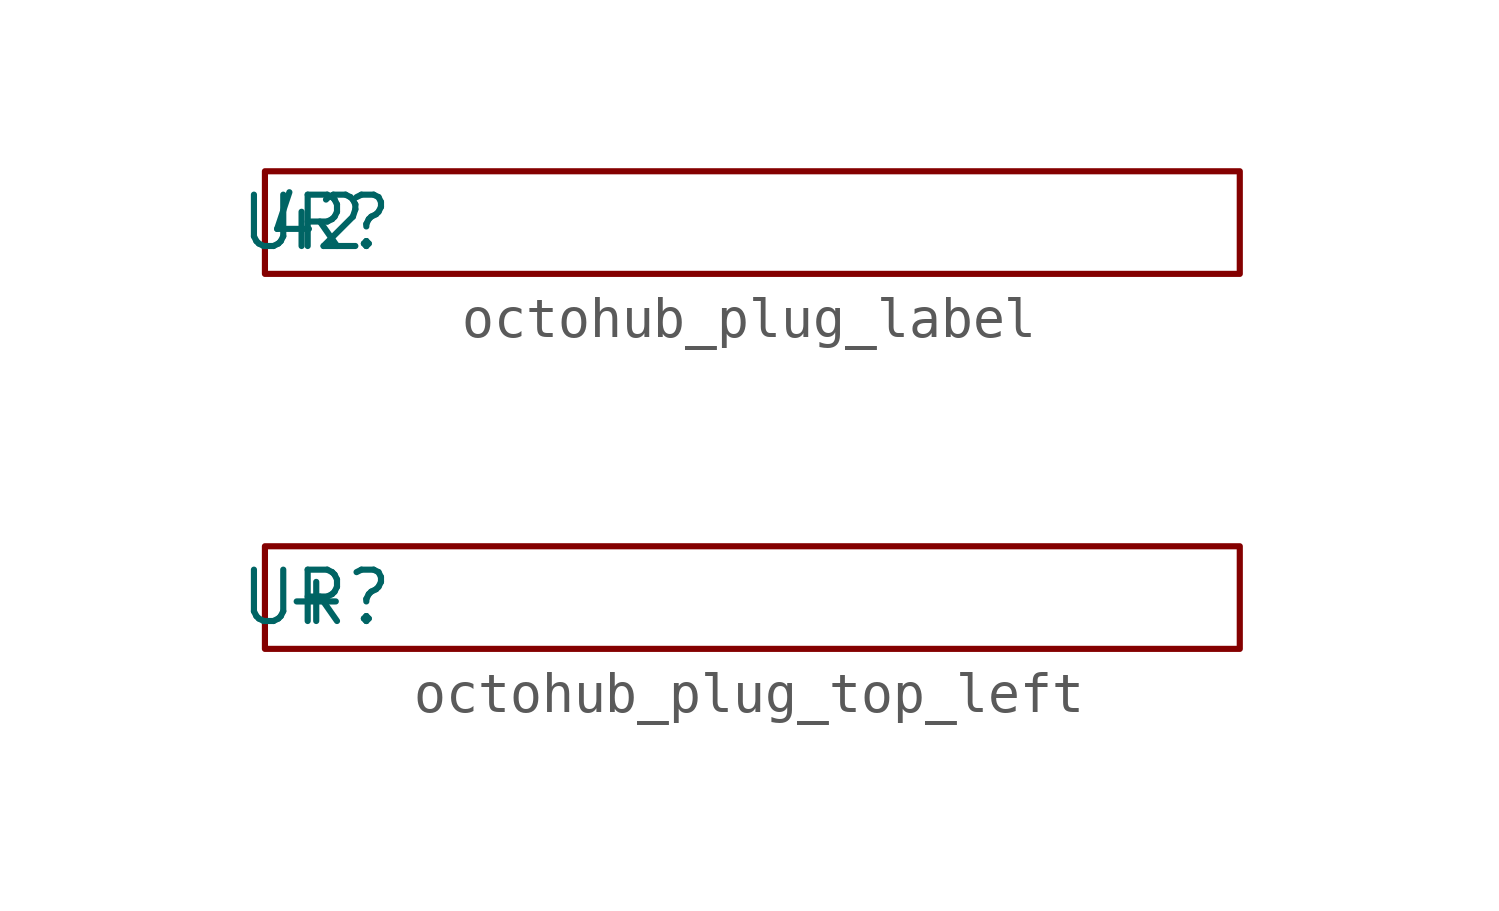
<source format=kicad_sym>
(kicad_symbol_lib
  (version 20231120)
  (generator "kicad_symbol_editor")
  (generator_version "8.0")
  (symbol "octohub_plug_label"
    (property "Reference" "UR"
      (at 0 0 0)
      (effects (font (size 1.27 1.27))))
    (property "Value" "42"
      (at 0 0 0)
      (effects (font (size 1.27 1.27))))
    (symbol "octohub_plug_label_0_1"
      (rectangle (start -1.27 1.27) (end 22.86 -1.27) (stroke (width 0) (type default)) (fill (type none)))))
  (symbol "octohub_plug_top_left"
    (property "Reference" "UR"
      (at 0 0 0)
      (effects (font (size 1.27 1.27))))
    (property "Value" "+"
      (at 0 0 0)
      (effects (font (size 1.27 1.27))))
    (symbol "octohub_plug_top_left_0_1"
      (rectangle (start -1.27 1.27) (end 22.86 -1.27) (stroke (width 0) (type default)) (fill (type none))))))
</source>
